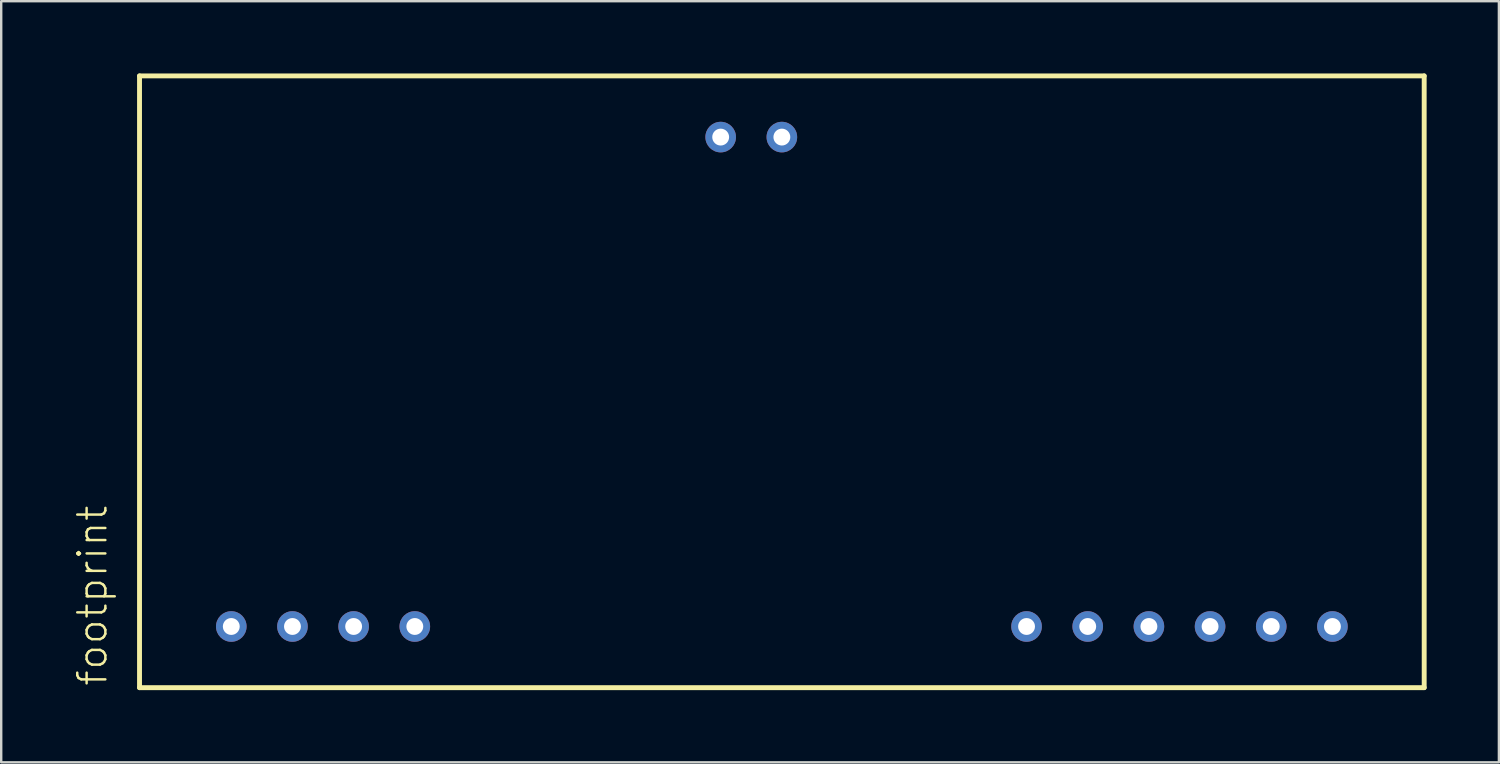
<source format=kicad_pcb>
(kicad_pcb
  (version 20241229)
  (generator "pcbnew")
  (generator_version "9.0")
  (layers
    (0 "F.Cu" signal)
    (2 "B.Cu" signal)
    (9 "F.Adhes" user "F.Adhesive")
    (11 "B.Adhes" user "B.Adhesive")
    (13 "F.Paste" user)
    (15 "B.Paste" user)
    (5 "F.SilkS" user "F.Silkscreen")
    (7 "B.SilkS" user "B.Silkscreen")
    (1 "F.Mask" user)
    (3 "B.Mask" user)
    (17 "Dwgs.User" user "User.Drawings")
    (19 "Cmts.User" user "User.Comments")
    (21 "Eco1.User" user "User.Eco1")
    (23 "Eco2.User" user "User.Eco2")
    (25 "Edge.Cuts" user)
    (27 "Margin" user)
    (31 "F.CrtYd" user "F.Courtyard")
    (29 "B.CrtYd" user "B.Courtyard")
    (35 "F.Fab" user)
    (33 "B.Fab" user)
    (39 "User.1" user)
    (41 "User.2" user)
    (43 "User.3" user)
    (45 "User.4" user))
  (footprint "footprint"
    (layer "F.Cu")
    (at 30.683 12.802)
    (property "Reference" "footprint" (at -29.21 12.7 90) (layer "F.SilkS") (effects (font (size 1.168 1.168) (thickness 0.102)) (justify left bottom)))
    (fp_line (start -27.94 -12.7) (end 25.4 -12.7) (stroke (width 0.203) (type solid)) (layer "F.SilkS"))
    (fp_line (start -27.94 12.7) (end -27.94 -12.7) (stroke (width 0.203) (type solid)) (layer "F.SilkS"))
    (fp_line (start 25.4 -12.7) (end 25.4 12.7) (stroke (width 0.203) (type solid)) (layer "F.SilkS"))
    (fp_line (start 25.4 12.7) (end -27.94 12.7) (stroke (width 0.203) (type solid)) (layer "F.SilkS"))
    (pad "1" thru_hole circle (at -24.13 10.16 90) (size 1.27 1.27) (drill 0.7) (layers "*.Cu" "*.Mask"))
    (pad "2" thru_hole circle (at -21.59 10.16 90) (size 1.27 1.27) (drill 0.7) (layers "*.Cu" "*.Mask"))
    (pad "3" thru_hole circle (at -19.05 10.16 90) (size 1.27 1.27) (drill 0.7) (layers "*.Cu" "*.Mask"))
    (pad "4" thru_hole circle (at -16.51 10.16 90) (size 1.27 1.27) (drill 0.7) (layers "*.Cu" "*.Mask"))
    (pad "14" thru_hole circle (at 8.89 10.16 90) (size 1.27 1.27) (drill 0.7) (layers "*.Cu" "*.Mask"))
    (pad "15" thru_hole circle (at 11.43 10.16 90) (size 1.27 1.27) (drill 0.7) (layers "*.Cu" "*.Mask"))
    (pad "16" thru_hole circle (at 13.97 10.16 90) (size 1.27 1.27) (drill 0.7) (layers "*.Cu" "*.Mask"))
    (pad "17" thru_hole circle (at 16.51 10.16 90) (size 1.27 1.27) (drill 0.7) (layers "*.Cu" "*.Mask"))
    (pad "18" thru_hole circle (at 19.05 10.16 90) (size 1.27 1.27) (drill 0.7) (layers "*.Cu" "*.Mask"))
    (pad "19" thru_hole circle (at 21.59 10.16 90) (size 1.27 1.27) (drill 0.7) (layers "*.Cu" "*.Mask"))
    (pad "29" thru_hole circle (at -1.27 -10.16 90) (size 1.27 1.27) (drill 0.7) (layers "*.Cu" "*.Mask"))
    (pad "30" thru_hole circle (at -3.81 -10.16 90) (size 1.27 1.27) (drill 0.7) (layers "*.Cu" "*.Mask")))
  (gr_rect
    (start -3 -3)
    (end 59.185 28.603)
    (stroke (width 0.1) (type default))
    (fill no)
    (layer "Edge.Cuts")))
</source>
